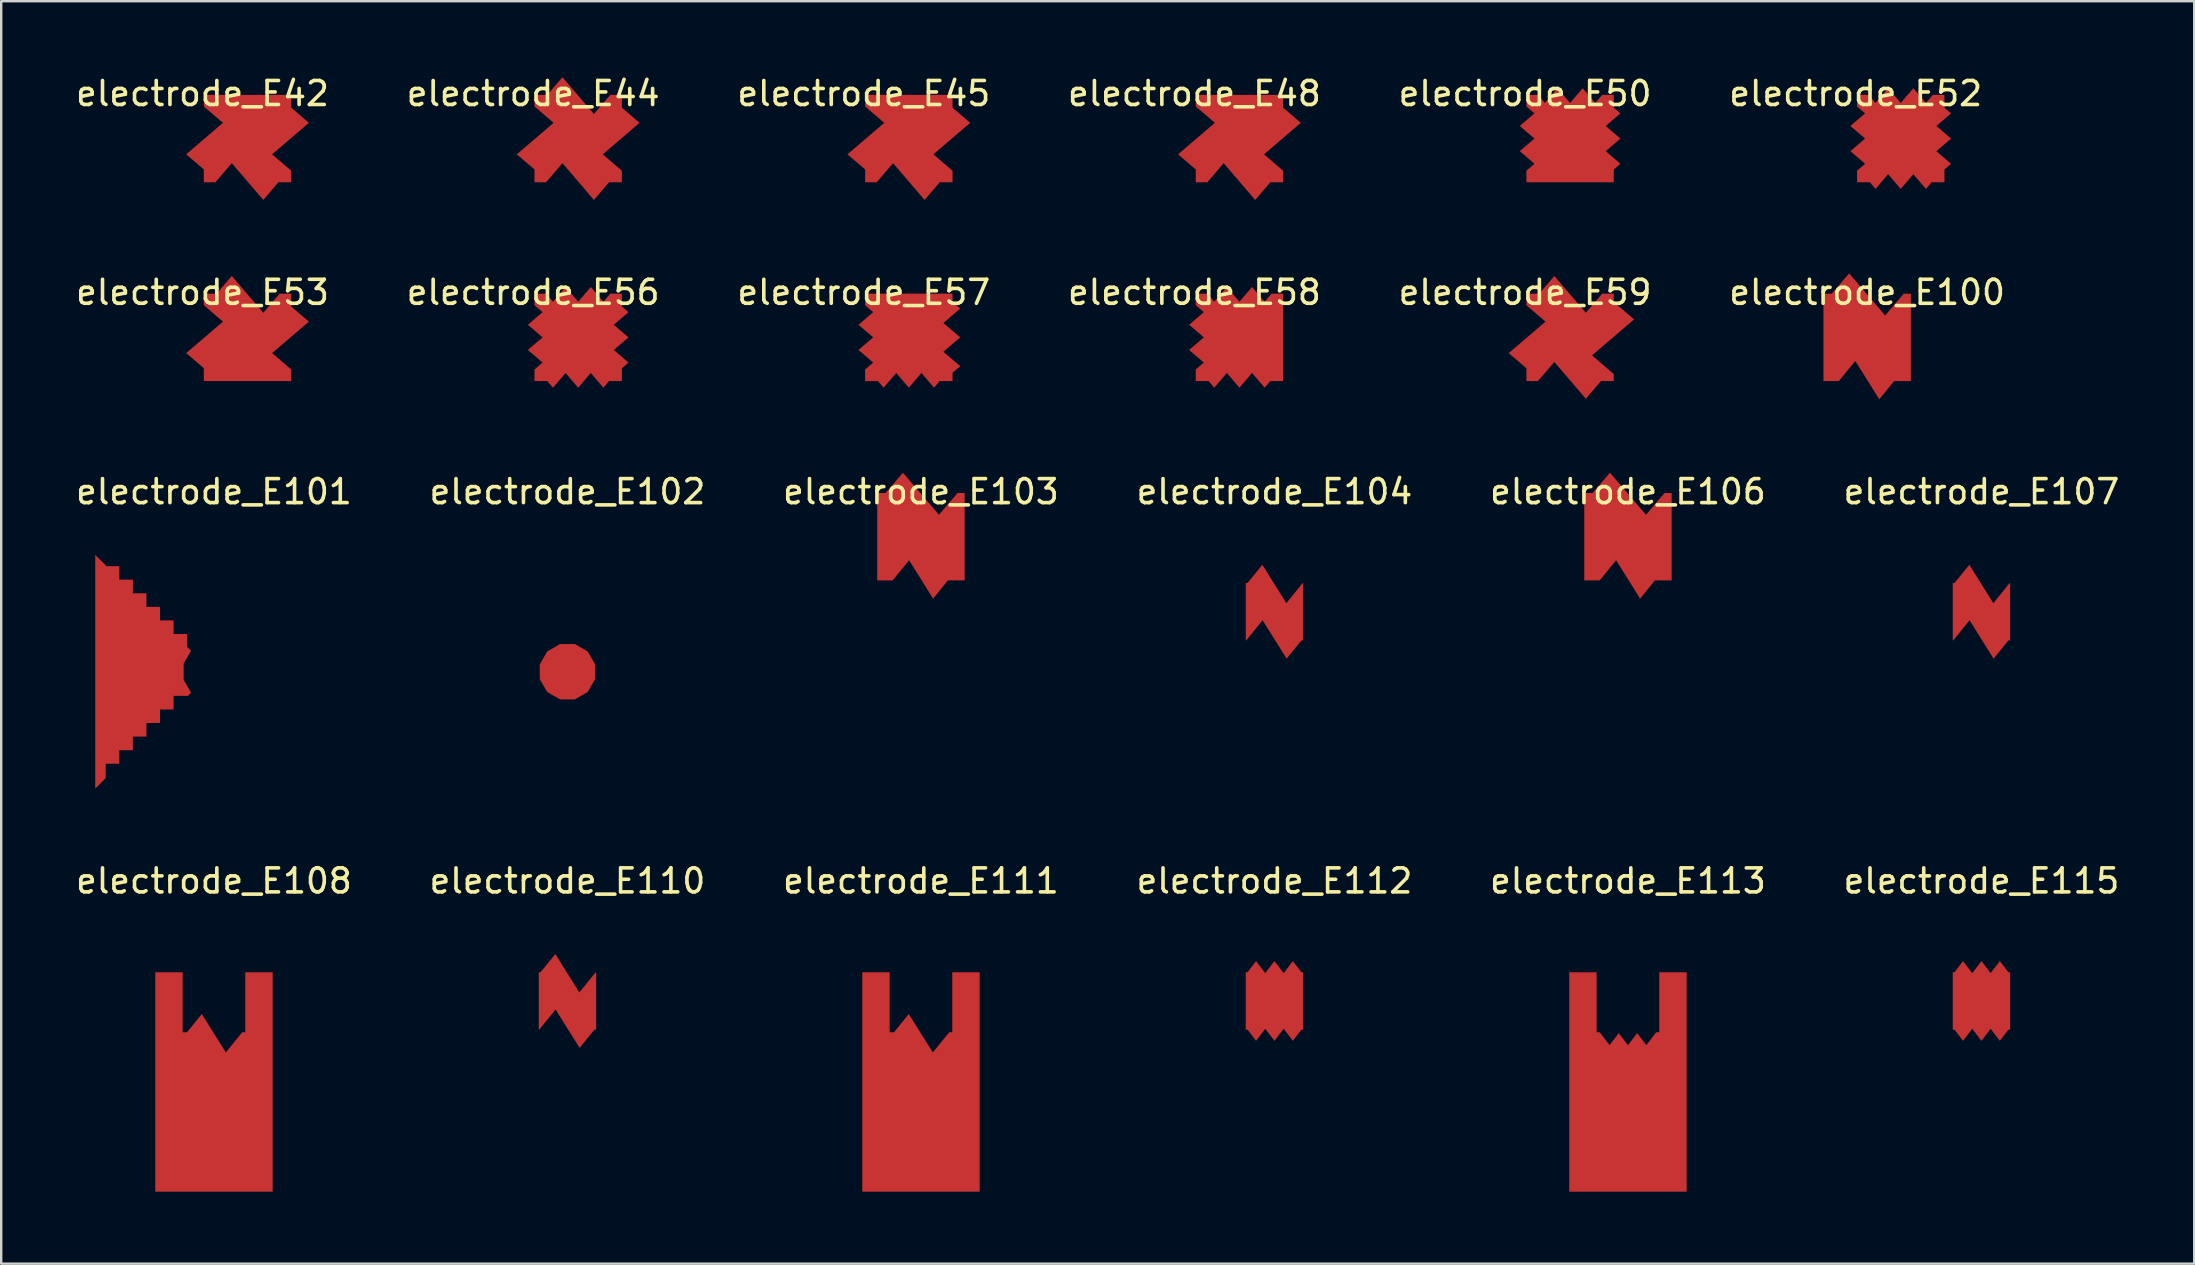
<source format=kicad_pcb>
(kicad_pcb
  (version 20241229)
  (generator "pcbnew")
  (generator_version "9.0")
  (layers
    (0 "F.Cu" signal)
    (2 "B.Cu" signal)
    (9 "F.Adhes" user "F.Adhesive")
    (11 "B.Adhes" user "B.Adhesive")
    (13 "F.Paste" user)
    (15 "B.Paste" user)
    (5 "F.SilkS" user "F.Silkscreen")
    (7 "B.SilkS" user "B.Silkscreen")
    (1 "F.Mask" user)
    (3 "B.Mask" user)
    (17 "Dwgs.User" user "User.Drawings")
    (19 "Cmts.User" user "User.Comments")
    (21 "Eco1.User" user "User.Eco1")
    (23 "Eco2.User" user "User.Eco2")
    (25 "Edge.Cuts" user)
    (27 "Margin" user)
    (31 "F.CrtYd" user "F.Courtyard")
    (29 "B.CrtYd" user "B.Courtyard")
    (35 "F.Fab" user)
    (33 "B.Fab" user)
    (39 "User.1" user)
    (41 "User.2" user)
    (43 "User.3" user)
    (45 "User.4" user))
  (footprint "electrode_E53"
    (layer "F.Cu")
    (at 5.387 9.129)
    (property "Reference" "electrode_E53" (at 0 0 0) (layer "F.SilkS") (effects (font (size 1 1) (thickness 0.15))))
    (attr through_hole)
    (pad "1" smd custom (at 1.875 1.875) (size 0.5 0.5) (layers "F.Cu" "F.Mask" "F.Paste") (options (anchor circle)) (primitives (gr_poly (pts (xy 0.656 -1.024) (xy 1.338 -1.82) (xy 1.82 -1.82) (xy 1.82 -1.287) (xy 2.557 -0.656) (xy 1.024 0.656) (xy 1.82 1.338) (xy 1.82 1.82) (xy -1.82 1.82) (xy -1.82 1.287) (xy -2.557 0.656) (xy -1.024 -0.656) (xy -1.82 -1.338) (xy -1.82 -1.82) (xy -1.287 -1.82) (xy -0.656 -2.557)) (width 0.0001) (fill yes)))))
  (footprint "electrode_E44"
    (layer "F.Cu")
    (at 19.161 0.848)
    (property "Reference" "electrode_E44" (at 0 0 0) (layer "F.SilkS") (effects (font (size 1 1) (thickness 0.15))))
    (attr through_hole)
    (pad "1" smd custom (at 1.875 1.875) (size 0.5 0.5) (layers "F.Cu" "F.Mask" "F.Paste") (options (anchor circle)) (primitives (gr_poly (pts (xy 0.656 -1.024) (xy 1.338 -1.82) (xy 1.82 -1.82) (xy 1.82 -1.287) (xy 2.557 -0.656) (xy 1.024 0.656) (xy 1.82 1.338) (xy 1.82 1.82) (xy 1.287 1.82) (xy 0.656 2.557) (xy -0.656 1.024) (xy -1.338 1.82) (xy -1.82 1.82) (xy -1.82 1.287) (xy -2.557 0.656) (xy -1.024 -0.656) (xy -1.82 -1.338) (xy -1.82 -1.82) (xy -1.287 -1.82) (xy -0.656 -2.557)) (width 0.0001) (fill yes)))))
  (footprint "electrode_E52"
    (layer "F.Cu")
    (at 74.256 0.848)
    (property "Reference" "electrode_E52" (at 0 0 0) (layer "F.SilkS") (effects (font (size 1 1) (thickness 0.15))))
    (attr through_hole)
    (pad "1" smd custom (at 1.875 1.875) (size 0.5 0.5) (layers "F.Cu" "F.Mask" "F.Paste") (options (anchor circle)) (primitives (gr_poly (pts (xy 1.05 -1.484) (xy 1.338 -1.82) (xy 1.82 -1.82) (xy 1.82 -1.287) (xy 2.097 -1.05) (xy 1.484 -0.525) (xy 2.097 0) (xy 1.484 0.525) (xy 2.097 1.05) (xy 1.82 1.287) (xy 1.82 1.82) (xy 1.287 1.82) (xy 1.05 2.097) (xy 0.525 1.484) (xy 0 2.097) (xy -0.525 1.484) (xy -1.05 2.097) (xy -1.287 1.82) (xy -1.82 1.82) (xy -1.82 1.338) (xy -1.484 1.05) (xy -2.097 0.525) (xy -1.484 0) (xy -2.097 -0.525) (xy -1.484 -1.05) (xy -1.82 -1.338) (xy -1.82 -1.82) (xy -1.338 -1.82) (xy -1.05 -1.484) (xy -0.525 -2.097) (xy 0 -1.484) (xy 0.525 -2.097)) (width 0.0001) (fill yes)))))
  (footprint "electrode_E110"
    (layer "F.Cu")
    (at 20.589 33.648)
    (property "Reference" "electrode_E110" (at 0 0 0) (layer "F.SilkS") (effects (font (size 1 1) (thickness 0.15))))
    (attr through_hole)
    (pad "1" smd custom (at -0.028 4.864) (size 0.5 0.5) (layers "F.Cu" "F.Mask" "F.Paste") (options (anchor circle)) (primitives (gr_poly (pts (xy 0.523 -0.219) (xy 1.205 -1.059) (xy 1.223 -1.059) (xy 1.223 1.331) (xy 1.152 1.331) (xy 0.534 2.092) (xy -0.466 0.492) (xy -1.148 1.331) (xy -1.167 1.331) (xy -1.167 -1.059) (xy -1.095 -1.059) (xy -0.477 -1.819)) (width 0.0001) (fill yes)))))
  (footprint "electrode_E107"
    (layer "F.Cu")
    (at 79.494 17.433)
    (property "Reference" "electrode_E107" (at 0 0 0) (layer "F.SilkS") (effects (font (size 1 1) (thickness 0.15))))
    (attr through_hole)
    (pad "1" smd custom (at -0.028 4.864) (size 0.5 0.5) (layers "F.Cu" "F.Mask" "F.Paste") (options (anchor circle)) (primitives (gr_poly (pts (xy 0.523 -0.219) (xy 1.205 -1.059) (xy 1.223 -1.059) (xy 1.223 1.331) (xy 1.152 1.331) (xy 0.534 2.092) (xy -0.466 0.492) (xy -1.148 1.331) (xy -1.167 1.331) (xy -1.167 -1.059) (xy -1.095 -1.059) (xy -0.477 -1.819)) (width 0.0001) (fill yes)))))
  (footprint "electrode_E113"
    (layer "F.Cu")
    (at 64.768 33.648)
    (property "Reference" "electrode_E113" (at 0 0 0) (layer "F.SilkS") (effects (font (size 1 1) (thickness 0.15))))
    (attr through_hole)
    (pad "1" smd custom (at 0.076 9.609) (size 0.5 0.5) (layers "F.Cu" "F.Mask" "F.Paste") (options (anchor circle)) (primitives (gr_poly (pts (xy 2.369 3.336) (xy -2.521 3.336) (xy -2.521 -5.804) (xy -1.381 -5.804) (xy -1.381 -3.304) (xy -1.253 -3.304) (xy -0.843 -2.768) (xy -0.46 -3.268) (xy -0.076 -2.768) (xy 0.307 -3.268) (xy 0.69 -2.768) (xy 1.101 -3.304) (xy 1.229 -3.304) (xy 1.229 -5.804) (xy 2.369 -5.804)) (width 0.0001) (fill yes)))))
  (footprint "electrode_E58"
    (layer "F.Cu")
    (at 46.708 9.129)
    (property "Reference" "electrode_E58" (at 0 0 0) (layer "F.SilkS") (effects (font (size 1 1) (thickness 0.15))))
    (attr through_hole)
    (pad "1" smd custom (at 1.875 1.875) (size 0.5 0.5) (layers "F.Cu" "F.Mask" "F.Paste") (options (anchor circle)) (primitives (gr_poly (pts (xy 1.05 -1.484) (xy 1.338 -1.82) (xy 1.82 -1.82) (xy 1.82 1.82) (xy 1.287 1.82) (xy 1.05 2.097) (xy 0.525 1.484) (xy 0 2.097) (xy -0.525 1.484) (xy -1.05 2.097) (xy -1.287 1.82) (xy -1.82 1.82) (xy -1.82 1.338) (xy -1.484 1.05) (xy -2.097 0.525) (xy -1.484 0) (xy -2.097 -0.525) (xy -1.484 -1.05) (xy -1.82 -1.338) (xy -1.82 -1.82) (xy -1.338 -1.82) (xy -1.05 -1.484) (xy -0.525 -2.097) (xy 0 -1.484) (xy 0.525 -2.097)) (width 0.0001) (fill yes)))))
  (footprint "electrode_E56"
    (layer "F.Cu")
    (at 19.161 9.129)
    (property "Reference" "electrode_E56" (at 0 0 0) (layer "F.SilkS") (effects (font (size 1 1) (thickness 0.15))))
    (attr through_hole)
    (pad "1" smd custom (at 1.875 1.875) (size 0.5 0.5) (layers "F.Cu" "F.Mask" "F.Paste") (options (anchor circle)) (primitives (gr_poly (pts (xy 1.05 -1.484) (xy 1.338 -1.82) (xy 1.82 -1.82) (xy 1.82 -1.287) (xy 2.097 -1.05) (xy 1.484 -0.525) (xy 2.097 0) (xy 1.484 0.525) (xy 2.097 1.05) (xy 1.82 1.287) (xy 1.82 1.82) (xy 1.287 1.82) (xy 1.05 2.097) (xy 0.525 1.484) (xy 0 2.097) (xy -0.525 1.484) (xy -1.05 2.097) (xy -1.287 1.82) (xy -1.82 1.82) (xy -1.82 1.338) (xy -1.484 1.05) (xy -2.097 0.525) (xy -1.484 0) (xy -2.097 -0.525) (xy -1.484 -1.05) (xy -1.82 -1.338) (xy -1.82 -1.82) (xy -1.338 -1.82) (xy -1.05 -1.484) (xy -0.525 -2.097) (xy 0 -1.484) (xy 0.525 -2.097)) (width 0.0001) (fill yes)))))
  (footprint "electrode_E45"
    (layer "F.Cu")
    (at 32.935 0.848)
    (property "Reference" "electrode_E45" (at 0 0 0) (layer "F.SilkS") (effects (font (size 1 1) (thickness 0.15))))
    (attr through_hole)
    (pad "1" smd custom (at 1.875 1.875) (size 0.5 0.5) (layers "F.Cu" "F.Mask" "F.Paste") (options (anchor circle)) (primitives (gr_poly (pts (xy 1.82 -1.287) (xy 2.557 -0.656) (xy 1.024 0.656) (xy 1.82 1.338) (xy 1.82 1.82) (xy 1.287 1.82) (xy 0.656 2.557) (xy -0.656 1.024) (xy -1.338 1.82) (xy -1.82 1.82) (xy -1.82 1.287) (xy -2.557 0.656) (xy -1.024 -0.656) (xy -1.82 -1.338) (xy -1.82 -1.82) (xy 1.82 -1.82)) (width 0.0001) (fill yes)))))
  (footprint "electrode_E48"
    (layer "F.Cu")
    (at 46.708 0.848)
    (property "Reference" "electrode_E48" (at 0 0 0) (layer "F.SilkS") (effects (font (size 1 1) (thickness 0.15))))
    (attr through_hole)
    (pad "1" smd custom (at 1.875 1.875) (size 0.5 0.5) (layers "F.Cu" "F.Mask" "F.Paste") (options (anchor circle)) (primitives (gr_poly (pts (xy 1.82 -1.287) (xy 2.557 -0.656) (xy 1.024 0.656) (xy 1.82 1.338) (xy 1.82 1.82) (xy 1.287 1.82) (xy 0.656 2.557) (xy -0.656 1.024) (xy -1.338 1.82) (xy -1.82 1.82) (xy -1.82 1.287) (xy -2.557 0.656) (xy -1.024 -0.656) (xy -1.82 -1.338) (xy -1.82 -1.82) (xy 1.82 -1.82)) (width 0.0001) (fill yes)))))
  (footprint "electrode_E42"
    (layer "F.Cu")
    (at 5.387 0.848)
    (property "Reference" "electrode_E42" (at 0 0 0) (layer "F.SilkS") (effects (font (size 1 1) (thickness 0.15))))
    (attr through_hole)
    (pad "1" smd custom (at 1.875 1.875) (size 0.5 0.5) (layers "F.Cu" "F.Mask" "F.Paste") (options (anchor circle)) (primitives (gr_poly (pts (xy 1.82 -1.287) (xy 2.557 -0.656) (xy 1.024 0.656) (xy 1.82 1.338) (xy 1.82 1.82) (xy 1.287 1.82) (xy 0.656 2.557) (xy -0.656 1.024) (xy -1.338 1.82) (xy -1.82 1.82) (xy -1.82 1.287) (xy -2.557 0.656) (xy -1.024 -0.656) (xy -1.82 -1.338) (xy -1.82 -1.82) (xy 1.82 -1.82)) (width 0.0001) (fill yes)))))
  (footprint "electrode_E100"
    (layer "F.Cu")
    (at 74.732 9.129)
    (property "Reference" "electrode_E100" (at 0 0 0) (layer "F.SilkS") (effects (font (size 1 1) (thickness 0.15))))
    (attr through_hole)
    (pad "1" smd custom (at -0.057 1.567) (size 0.5 0.5) (layers "F.Cu" "F.Mask" "F.Paste") (options (anchor circle)) (primitives (gr_poly (pts (xy 0.807 -0.606) (xy 1.582 -1.512) (xy 1.877 -1.512) (xy 1.877 2.128) (xy 1.181 2.128) (xy 0.563 2.889) (xy -0.437 1.289) (xy -1.119 2.128) (xy -1.763 2.128) (xy -1.763 -1.512) (xy -1.418 -1.512) (xy -0.693 -2.358)) (width 0.0001) (fill yes)))))
  (footprint "electrode_E57"
    (layer "F.Cu")
    (at 32.935 9.129)
    (property "Reference" "electrode_E57" (at 0 0 0) (layer "F.SilkS") (effects (font (size 1 1) (thickness 0.15))))
    (attr through_hole)
    (pad "1" smd custom (at 1.875 1.875) (size 0.5 0.5) (layers "F.Cu" "F.Mask" "F.Paste") (options (anchor circle)) (primitives (gr_poly (pts (xy 1.82 -1.475) (xy 2.141 -1.2) (xy 1.44 -0.6) (xy 2.141 0) (xy 1.44 0.6) (xy 2.141 1.2) (xy 1.82 1.475) (xy 1.82 1.82) (xy 1.287 1.82) (xy 1.05 2.097) (xy 0.525 1.484) (xy 0 2.097) (xy -0.525 1.484) (xy -1.05 2.097) (xy -1.287 1.82) (xy -1.82 1.82) (xy -1.82 1.338) (xy -1.484 1.05) (xy -2.097 0.525) (xy -1.484 0) (xy -2.097 -0.525) (xy -1.484 -1.05) (xy -1.82 -1.338) (xy -1.82 -1.82) (xy 1.82 -1.82)) (width 0.0001) (fill yes)))))
  (footprint "electrode_E115"
    (layer "F.Cu")
    (at 79.494 33.648)
    (property "Reference" "electrode_E115" (at 0 0 0) (layer "F.SilkS") (effects (font (size 1 1) (thickness 0.15))))
    (attr through_hole)
    (pad "1" smd custom (at 0.114 4.885) (size 0.5 0.5) (layers "F.Cu" "F.Mask" "F.Paste") (options (anchor circle)) (primitives (gr_poly (pts (xy 1.009 -1.08) (xy 1.081 -1.08) (xy 1.081 1.31) (xy 1.009 1.31) (xy 0.652 1.775) (xy 0.269 1.275) (xy -0.114 1.775) (xy -0.498 1.275) (xy -0.881 1.775) (xy -1.237 1.31) (xy -1.309 1.31) (xy -1.309 -1.08) (xy -1.237 -1.08) (xy -0.881 -1.544) (xy -0.498 -1.044) (xy -0.114 -1.544) (xy 0.269 -1.044) (xy 0.652 -1.544)) (width 0.0001) (fill yes)))))
  (footprint "electrode_E111"
    (layer "F.Cu")
    (at 35.315 33.648)
    (property "Reference" "electrode_E111" (at 0 0 0) (layer "F.SilkS") (effects (font (size 1 1) (thickness 0.15))))
    (attr through_hole)
    (pad "1" smd custom (at 0 8.445) (size 0.5 0.5) (layers "F.Cu" "F.Mask" "F.Paste") (options (anchor circle)) (primitives (gr_poly (pts (xy 2.445 4.5) (xy -2.445 4.5) (xy -2.445 -4.64) (xy -1.305 -4.64) (xy -1.305 -2.14) (xy -1.124 -2.14) (xy -0.506 -2.9) (xy 0.494 -1.3) (xy 1.176 -2.14) (xy 1.305 -2.14) (xy 1.305 -4.64) (xy 2.445 -4.64)) (width 0.0001) (fill yes)))))
  (footprint "electrode_E108"
    (layer "F.Cu")
    (at 5.863 33.648)
    (property "Reference" "electrode_E108" (at 0 0 0) (layer "F.SilkS") (effects (font (size 1 1) (thickness 0.15))))
    (attr through_hole)
    (pad "1" smd custom (at 0 8.445) (size 0.5 0.5) (layers "F.Cu" "F.Mask" "F.Paste") (options (anchor circle)) (primitives (gr_poly (pts (xy 2.445 4.5) (xy -2.445 4.5) (xy -2.445 -4.64) (xy -1.305 -4.64) (xy -1.305 -2.14) (xy -1.124 -2.14) (xy -0.506 -2.9) (xy 0.494 -1.3) (xy 1.176 -2.14) (xy 1.305 -2.14) (xy 1.305 -4.64) (xy 2.445 -4.64)) (width 0.0001) (fill yes)))))
  (footprint "electrode_E104"
    (layer "F.Cu")
    (at 50.042 17.433)
    (property "Reference" "electrode_E104" (at 0 0 0) (layer "F.SilkS") (effects (font (size 1 1) (thickness 0.15))))
    (attr through_hole)
    (pad "1" smd custom (at -0.028 4.864) (size 0.5 0.5) (layers "F.Cu" "F.Mask" "F.Paste") (options (anchor circle)) (primitives (gr_poly (pts (xy 0.523 -0.219) (xy 1.205 -1.059) (xy 1.223 -1.059) (xy 1.223 1.331) (xy 1.152 1.331) (xy 0.534 2.092) (xy -0.466 0.492) (xy -1.148 1.331) (xy -1.167 1.331) (xy -1.167 -1.059) (xy -1.095 -1.059) (xy -0.477 -1.819)) (width 0.0001) (fill yes)))))
  (footprint "electrode_E106"
    (layer "F.Cu")
    (at 64.768 17.433)
    (property "Reference" "electrode_E106" (at 0 0 0) (layer "F.SilkS") (effects (font (size 1 1) (thickness 0.15))))
    (attr through_hole)
    (pad "1" smd custom (at -0.057 1.567) (size 0.5 0.5) (layers "F.Cu" "F.Mask" "F.Paste") (options (anchor circle)) (primitives (gr_poly (pts (xy 0.807 -0.606) (xy 1.582 -1.512) (xy 1.877 -1.512) (xy 1.877 2.128) (xy 1.181 2.128) (xy 0.563 2.889) (xy -0.437 1.289) (xy -1.119 2.128) (xy -1.763 2.128) (xy -1.763 -1.512) (xy -1.418 -1.512) (xy -0.693 -2.358)) (width 0.0001) (fill yes)))))
  (footprint "electrode_E101"
    (layer "F.Cu")
    (at 5.863 17.433)
    (property "Reference" "electrode_E101" (at 0 0 0) (layer "F.SilkS") (effects (font (size 1 1) (thickness 0.15))))
    (attr through_hole)
    (pad "1" smd custom (at -3.917 7.407) (size 0.5 0.5) (layers "F.Cu" "F.Mask" "F.Paste") (options (anchor circle)) (primitives (gr_poly (pts (xy -0.561 -4.307) (xy -0.027 -4.307) (xy -0.027 -3.741) (xy 0.539 -3.741) (xy 0.539 -3.175) (xy 1.104 -3.175) (xy 1.104 -2.61) (xy 1.67 -2.61) (xy 1.67 -2.044) (xy 2.236 -2.044) (xy 2.236 -1.478) (xy 2.801 -1.478) (xy 2.801 -0.945) (xy 2.964 -0.782) (xy 2.655 -0.245) (xy 2.655 0.431) (xy 2.964 0.968) (xy 2.834 1.099) (xy 2.236 1.099) (xy 2.236 1.665) (xy 1.67 1.665) (xy 1.67 2.23) (xy 1.104 2.23) (xy 1.104 2.796) (xy 0.539 2.796) (xy 0.539 3.362) (xy -0.027 3.362) (xy -0.027 3.927) (xy -0.593 3.927) (xy -0.593 4.525) (xy -1.028 4.96) (xy -1.028 -4.774)) (width 0.0001) (fill yes)))))
  (footprint "electrode_E50"
    (layer "F.Cu")
    (at 60.482 0.848)
    (property "Reference" "electrode_E50" (at 0 0 0) (layer "F.SilkS") (effects (font (size 1 1) (thickness 0.15))))
    (attr through_hole)
    (pad "1" smd custom (at 1.875 1.875) (size 0.5 0.5) (layers "F.Cu" "F.Mask" "F.Paste") (options (anchor circle)) (primitives (gr_poly (pts (xy 1.05 -1.484) (xy 1.338 -1.82) (xy 1.82 -1.82) (xy 1.82 -1.287) (xy 2.097 -1.05) (xy 1.484 -0.525) (xy 2.097 0) (xy 1.484 0.525) (xy 2.097 1.05) (xy 1.82 1.287) (xy 1.82 1.82) (xy -1.82 1.82) (xy -1.82 1.338) (xy -1.484 1.05) (xy -2.097 0.525) (xy -1.484 0) (xy -2.097 -0.525) (xy -1.484 -1.05) (xy -1.82 -1.338) (xy -1.82 -1.82) (xy -1.338 -1.82) (xy -1.05 -1.484) (xy -0.525 -2.097) (xy 0 -1.484) (xy 0.525 -2.097)) (width 0.0001) (fill yes)))))
  (footprint "electrode_E112"
    (layer "F.Cu")
    (at 50.042 33.648)
    (property "Reference" "electrode_E112" (at 0 0 0) (layer "F.SilkS") (effects (font (size 1 1) (thickness 0.15))))
    (attr through_hole)
    (pad "1" smd custom (at 0.114 4.885) (size 0.5 0.5) (layers "F.Cu" "F.Mask" "F.Paste") (options (anchor circle)) (primitives (gr_poly (pts (xy 1.009 -1.08) (xy 1.081 -1.08) (xy 1.081 1.31) (xy 1.009 1.31) (xy 0.652 1.775) (xy 0.269 1.275) (xy -0.114 1.775) (xy -0.498 1.275) (xy -0.881 1.775) (xy -1.237 1.31) (xy -1.309 1.31) (xy -1.309 -1.08) (xy -1.237 -1.08) (xy -0.881 -1.544) (xy -0.498 -1.044) (xy -0.114 -1.544) (xy 0.269 -1.044) (xy 0.652 -1.544)) (width 0.0001) (fill yes)))))
  (footprint "electrode_E103"
    (layer "F.Cu")
    (at 35.315 17.433)
    (property "Reference" "electrode_E103" (at 0 0 0) (layer "F.SilkS") (effects (font (size 1 1) (thickness 0.15))))
    (attr through_hole)
    (pad "1" smd custom (at -0.057 1.567) (size 0.5 0.5) (layers "F.Cu" "F.Mask" "F.Paste") (options (anchor circle)) (primitives (gr_poly (pts (xy 0.807 -0.606) (xy 1.582 -1.512) (xy 1.877 -1.512) (xy 1.877 2.128) (xy 1.181 2.128) (xy 0.563 2.889) (xy -0.437 1.289) (xy -1.119 2.128) (xy -1.763 2.128) (xy -1.763 -1.512) (xy -1.418 -1.512) (xy -0.693 -2.358)) (width 0.0001) (fill yes)))))
  (footprint "electrode_E59"
    (layer "F.Cu")
    (at 60.482 9.129)
    (property "Reference" "electrode_E59" (at 0 0 0) (layer "F.SilkS") (effects (font (size 1 1) (thickness 0.15))))
    (attr through_hole)
    (pad "1" smd custom (at 1.875 1.875) (size 0.5 0.5) (layers "F.Cu" "F.Mask" "F.Paste") (options (anchor circle)) (primitives (gr_poly (pts (xy 0.656 -1.024) (xy 1.338 -1.82) (xy 1.82 -1.82) (xy 1.82 -1.475) (xy 2.667 -0.75) (xy 0.914 0.75) (xy 1.82 1.525) (xy 1.82 1.82) (xy 1.287 1.82) (xy 0.656 2.557) (xy -0.656 1.024) (xy -1.338 1.82) (xy -1.82 1.82) (xy -1.82 1.287) (xy -2.557 0.656) (xy -1.024 -0.656) (xy -1.82 -1.338) (xy -1.82 -1.82) (xy -1.287 -1.82) (xy -0.656 -2.557)) (width 0.0001) (fill yes)))))
  (footprint "electrode_E102"
    (layer "F.Cu")
    (at 20.589 17.433)
    (property "Reference" "electrode_E102" (at 0 0 0) (layer "F.SilkS") (effects (font (size 1 1) (thickness 0.15))))
    (attr through_hole)
    (pad "1" smd custom (at 0 7.553) (size 0.5 0.5) (layers "F.Cu" "F.Mask" "F.Paste") (options (anchor circle)) (primitives (gr_poly (pts (xy 0.844 -0.897) (xy 1.152 -0.362) (xy 1.152 0.256) (xy 0.844 0.79) (xy 0.309 1.099) (xy -0.309 1.099) (xy -0.844 0.79) (xy -1.152 0.256) (xy -1.152 -0.362) (xy -0.844 -0.897) (xy -0.309 -1.206) (xy 0.309 -1.206)) (width 0.0001) (fill yes)))))
  (gr_rect
    (start -3 -3)
    (end 88.357 49.593)
    (stroke (width 0.1) (type default))
    (fill no)
    (layer "Edge.Cuts")))
</source>
